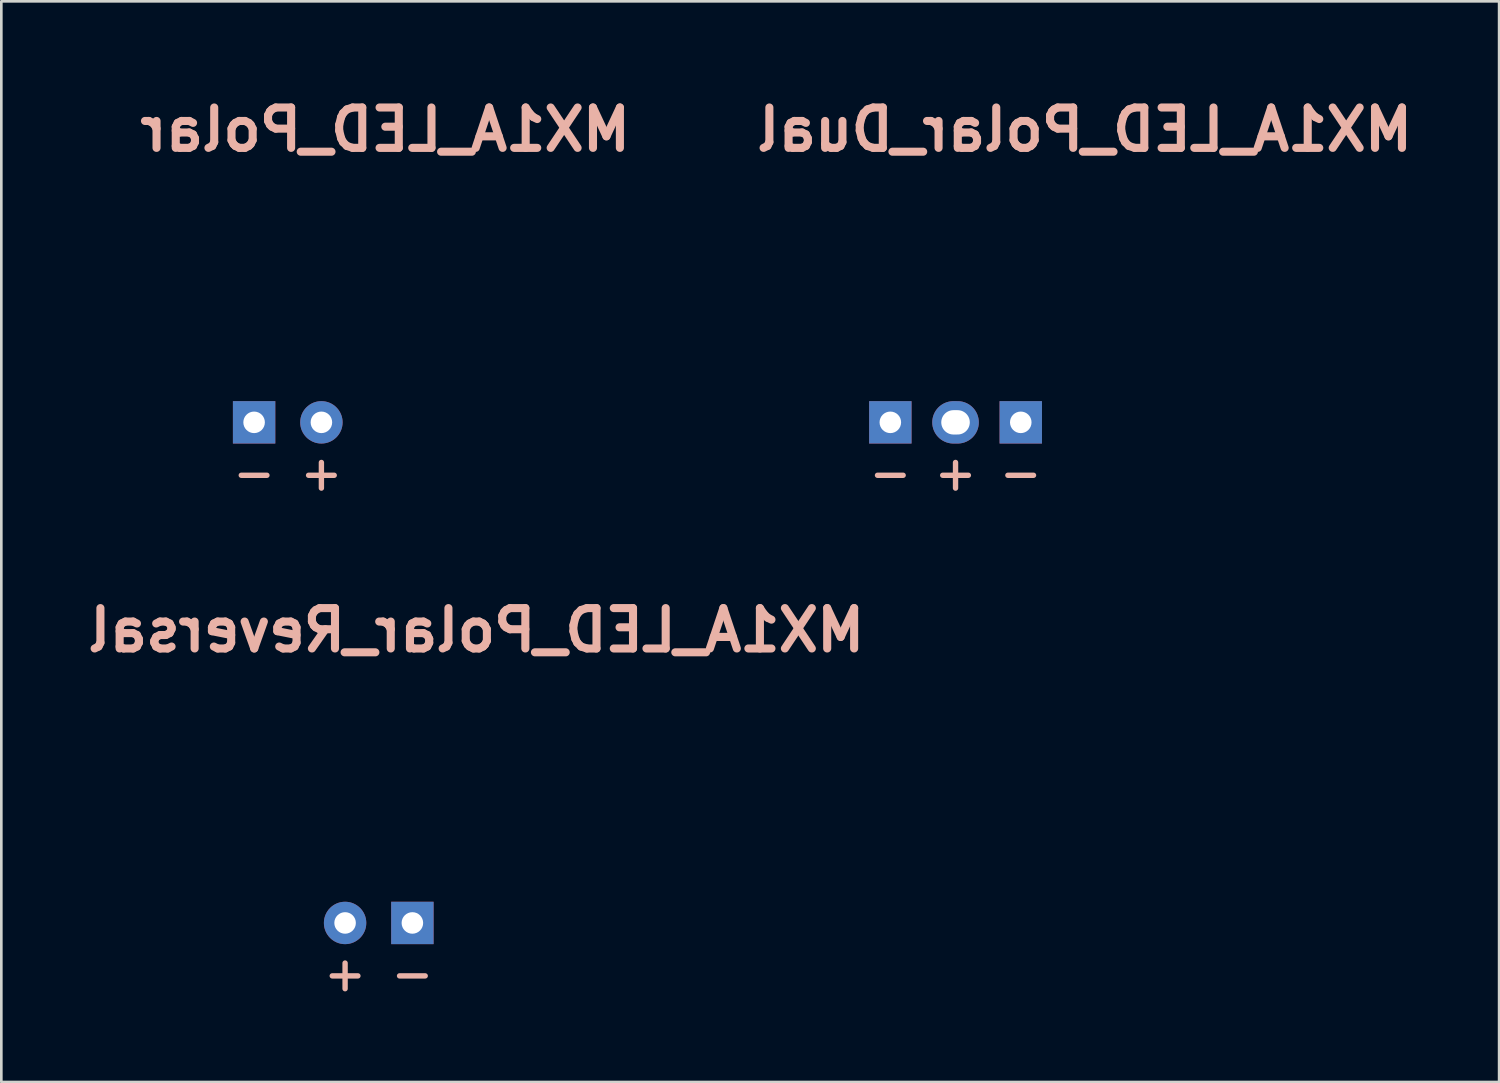
<source format=kicad_pcb>
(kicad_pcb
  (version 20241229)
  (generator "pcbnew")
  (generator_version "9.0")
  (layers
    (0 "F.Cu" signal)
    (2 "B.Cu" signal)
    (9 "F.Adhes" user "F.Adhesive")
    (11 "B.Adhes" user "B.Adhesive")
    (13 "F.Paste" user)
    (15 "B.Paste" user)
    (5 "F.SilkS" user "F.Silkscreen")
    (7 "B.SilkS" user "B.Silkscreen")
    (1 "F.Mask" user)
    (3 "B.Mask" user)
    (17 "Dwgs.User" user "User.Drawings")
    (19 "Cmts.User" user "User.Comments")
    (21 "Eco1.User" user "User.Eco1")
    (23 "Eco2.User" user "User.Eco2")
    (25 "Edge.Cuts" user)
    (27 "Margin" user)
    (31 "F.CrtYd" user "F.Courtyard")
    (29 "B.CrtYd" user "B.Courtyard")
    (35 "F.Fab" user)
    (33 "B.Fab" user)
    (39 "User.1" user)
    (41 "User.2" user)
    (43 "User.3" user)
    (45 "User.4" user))
  (footprint "MX1A_LED_Polar_Reversal"
    (layer "F.Cu")
    (at 11.245 26.706)
    (property "Reference" "MX1A_LED_Polar_Reversal" (at 3.683 -5.969 0) (layer "B.SilkS") (effects (font (size 1.524 1.524) (thickness 0.305)) (justify mirror)))
    (attr through_hole)
    (fp_line (start -7.62 -7.62) (end 7.62 -7.62) (stroke (width 0.381) (type solid)) (layer "Eco2.User"))
    (fp_line (start -7.62 7.62) (end -7.62 -7.62) (stroke (width 0.381) (type solid)) (layer "Eco2.User"))
    (fp_line (start 7.62 -7.62) (end 7.62 7.62) (stroke (width 0.381) (type solid)) (layer "Eco2.User"))
    (fp_line (start 7.62 7.62) (end -7.62 7.62) (stroke (width 0.381) (type solid)) (layer "Eco2.User"))
    (fp_text user "+" (at -1.27 6.985 0) (layer "B.SilkS") (effects (font (size 1.27 1.27) (thickness 0.203)) (justify mirror)))
    (fp_text user "-" (at 1.27 6.985 0) (layer "B.SilkS") (effects (font (size 1.27 1.27) (thickness 0.203)) (justify mirror)))
    (pad "1" thru_hole circle (at -1.27 5.08) (size 1.6 1.6) (drill 0.813) (layers "*.Cu" "*.Mask"))
    (pad "2" thru_hole rect (at 1.27 5.08) (size 1.6 1.6) (drill 0.813) (layers "*.Cu" "*.Mask")))
  (footprint "MX1A_LED_Polar_Dual"
    (layer "F.Cu")
    (at 31.825 7.811)
    (property "Reference" "MX1A_LED_Polar_Dual" (at 6.066 -5.969 0) (layer "B.SilkS") (effects (font (size 1.524 1.524) (thickness 0.305)) (justify mirror)))
    (attr through_hole)
    (fp_line (start -7.62 -7.62) (end 7.62 -7.62) (stroke (width 0.381) (type solid)) (layer "Eco2.User"))
    (fp_line (start -7.62 7.62) (end -7.62 -7.62) (stroke (width 0.381) (type solid)) (layer "Eco2.User"))
    (fp_line (start -5.237 -7.62) (end 10.003 -7.62) (stroke (width 0.381) (type solid)) (layer "Eco2.User"))
    (fp_line (start -5.237 7.62) (end -5.237 -7.62) (stroke (width 0.381) (type solid)) (layer "Eco2.User"))
    (fp_line (start 7.62 -7.62) (end 7.62 7.62) (stroke (width 0.381) (type solid)) (layer "Eco2.User"))
    (fp_line (start 7.62 7.62) (end -7.62 7.62) (stroke (width 0.381) (type solid)) (layer "Eco2.User"))
    (fp_line (start 10.003 -7.62) (end 10.003 7.62) (stroke (width 0.381) (type solid)) (layer "Eco2.User"))
    (fp_line (start 10.003 7.62) (end -5.237 7.62) (stroke (width 0.381) (type solid)) (layer "Eco2.User"))
    (fp_text user "-" (at 3.651 6.985 0) (layer "B.SilkS") (effects (font (size 1.27 1.27) (thickness 0.203)) (justify mirror)))
    (fp_text user "+" (at 1.191 6.985 0) (layer "B.SilkS") (effects (font (size 1.27 1.27) (thickness 0.203)) (justify mirror)))
    (fp_text user "-" (at -1.27 6.985 0) (layer "B.SilkS") (effects (font (size 1.27 1.27) (thickness 0.203)) (justify mirror)))
    (pad "1" thru_hole oval (at 1.191 5.08) (size 1.758 1.6) (drill oval 1.077 0.919) (layers "*.Cu" "*.Mask"))
    (pad "2" thru_hole rect (at -1.27 5.08) (size 1.6 1.6) (drill 0.813) (layers "*.Cu" "*.Mask"))
    (pad "2" thru_hole rect (at 3.653 5.08) (size 1.6 1.6) (drill 0.813) (layers "*.Cu" "*.Mask")))
  (footprint "MX1A_LED_Polar"
    (layer "F.Cu")
    (at 7.811 7.811)
    (property "Reference" "MX1A_LED_Polar" (at 3.683 -5.969 0) (layer "B.SilkS") (effects (font (size 1.524 1.524) (thickness 0.305)) (justify mirror)))
    (attr through_hole)
    (fp_line (start -7.62 -7.62) (end 7.62 -7.62) (stroke (width 0.381) (type solid)) (layer "Eco2.User"))
    (fp_line (start -7.62 7.62) (end -7.62 -7.62) (stroke (width 0.381) (type solid)) (layer "Eco2.User"))
    (fp_line (start 7.62 -7.62) (end 7.62 7.62) (stroke (width 0.381) (type solid)) (layer "Eco2.User"))
    (fp_line (start 7.62 7.62) (end -7.62 7.62) (stroke (width 0.381) (type solid)) (layer "Eco2.User"))
    (fp_text user "-" (at -1.27 6.985 0) (layer "B.SilkS") (effects (font (size 1.27 1.27) (thickness 0.203)) (justify mirror)))
    (fp_text user "+" (at 1.27 6.985 0) (layer "B.SilkS") (effects (font (size 1.27 1.27) (thickness 0.203)) (justify mirror)))
    (pad "1" thru_hole circle (at 1.27 5.08) (size 1.6 1.6) (drill 0.813) (layers "*.Cu" "*.Mask"))
    (pad "2" thru_hole rect (at -1.27 5.08) (size 1.6 1.6) (drill 0.813) (layers "*.Cu" "*.Mask")))
  (gr_rect
    (start -3 -3)
    (end 53.533 37.79)
    (stroke (width 0.1) (type default))
    (fill no)
    (layer "Edge.Cuts")))
</source>
